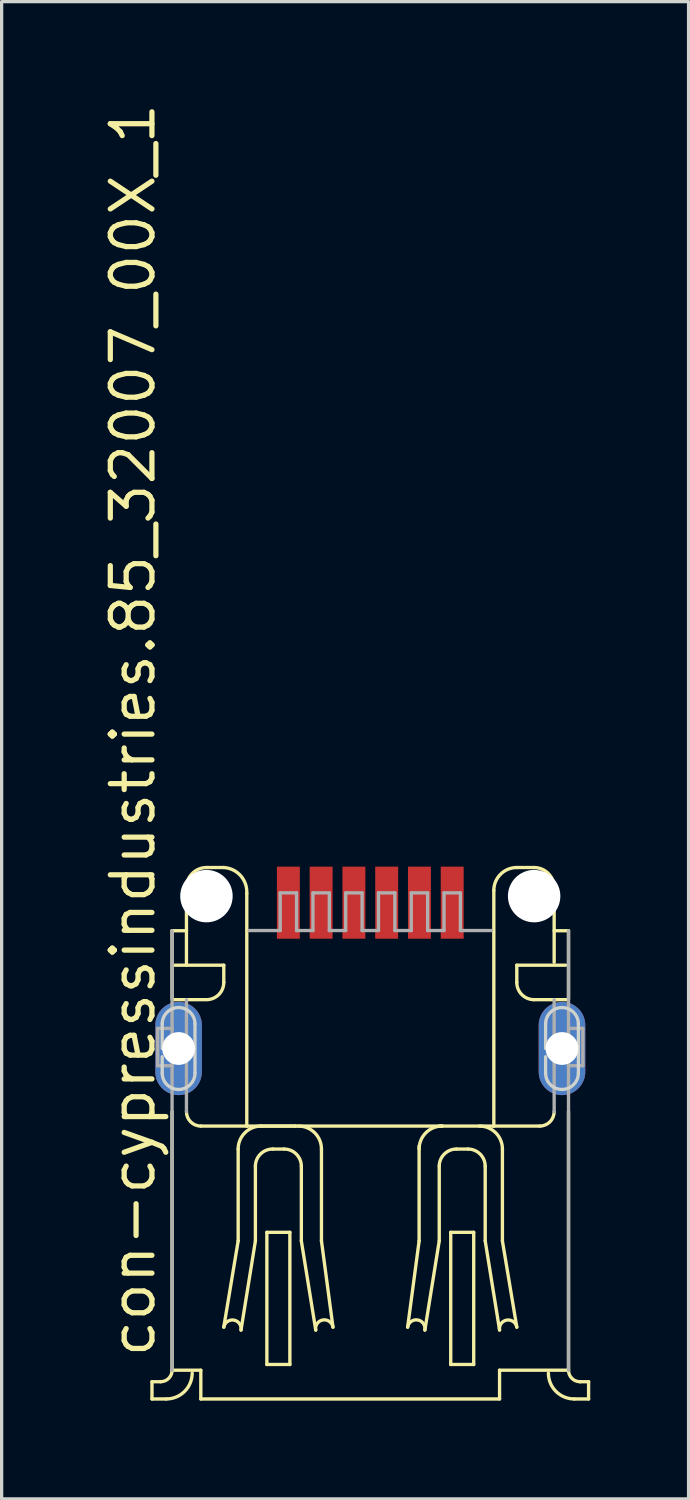
<source format=kicad_pcb>
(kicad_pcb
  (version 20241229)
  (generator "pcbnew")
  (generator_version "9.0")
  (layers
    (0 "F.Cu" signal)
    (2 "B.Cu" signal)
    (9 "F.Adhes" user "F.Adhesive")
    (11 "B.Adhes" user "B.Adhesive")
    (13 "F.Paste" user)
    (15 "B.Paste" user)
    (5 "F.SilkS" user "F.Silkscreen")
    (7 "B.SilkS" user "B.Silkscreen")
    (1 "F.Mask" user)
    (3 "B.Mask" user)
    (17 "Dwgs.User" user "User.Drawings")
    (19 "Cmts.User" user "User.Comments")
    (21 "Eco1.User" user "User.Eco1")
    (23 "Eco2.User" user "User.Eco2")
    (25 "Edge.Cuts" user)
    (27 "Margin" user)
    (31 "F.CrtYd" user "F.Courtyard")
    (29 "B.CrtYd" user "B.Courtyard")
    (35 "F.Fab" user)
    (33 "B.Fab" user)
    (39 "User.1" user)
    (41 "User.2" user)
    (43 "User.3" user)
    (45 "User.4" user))
  (footprint "con-cypressindustries.85_32007_00X_1"
    (layer "F.Cu")
    (at 8.25 28.947)
    (property "Reference" "con-cypressindustries.85_32007_00X_1" (at -6.5 9.5 90) (layer "F.SilkS") (effects (font (size 1.27 1.27) (thickness 0.16)) (justify left bottom)))
    (attr smd)
    (fp_line (start -6.662 10.169) (end -6.399 10.169) (stroke (width 0.102) (type default)) (layer "F.SilkS"))
    (fp_line (start -6.662 10.695) (end -6.662 10.169) (stroke (width 0.102) (type default)) (layer "F.SilkS"))
    (fp_line (start -6.662 10.695) (end -6.224 10.695) (stroke (width 0.102) (type default)) (layer "F.SilkS"))
    (fp_line (start -6.049 -3.594) (end -5.61 -3.594) (stroke (width 0.102) (type default)) (layer "F.SilkS"))
    (fp_line (start -6.049 -1.514) (end -6.049 -3.594) (stroke (width 0.102) (type default)) (layer "F.SilkS"))
    (fp_line (start -6.049 9.818) (end -6.049 1.926) (stroke (width 0.102) (type default)) (layer "F.SilkS"))
    (fp_line (start -6.011 -1.49) (end -5.034 -1.49) (stroke (width 0.102) (type default)) (layer "F.SilkS"))
    (fp_line (start -5.61 -3.594) (end -5.61 -4.909) (stroke (width 0.102) (type default)) (layer "F.SilkS"))
    (fp_line (start -5.61 -3.594) (end -5.61 -2.542) (stroke (width 0.102) (type default)) (layer "F.SilkS"))
    (fp_line (start -5.172 9.818) (end -6.049 9.818) (stroke (width 0.102) (type default)) (layer "F.SilkS"))
    (fp_line (start -5.172 9.818) (end -5.172 10.695) (stroke (width 0.102) (type default)) (layer "F.SilkS"))
    (fp_line (start -5.172 10.695) (end 3.945 10.695) (stroke (width 0.102) (type default)) (layer "F.SilkS"))
    (fp_line (start -4.997 -5.523) (end -4.471 -5.523) (stroke (width 0.102) (type default)) (layer "F.SilkS"))
    (fp_line (start -4.471 -2.542) (end -5.961 -2.542) (stroke (width 0.102) (type default)) (layer "F.SilkS"))
    (fp_line (start -4.471 -2.016) (end -4.471 -2.542) (stroke (width 0.102) (type default)) (layer "F.SilkS"))
    (fp_line (start -4.471 8.503) (end -4.032 5.873) (stroke (width 0.102) (type default)) (layer "F.SilkS"))
    (fp_line (start -4.032 5.873) (end -4.032 3.068) (stroke (width 0.102) (type default)) (layer "F.SilkS"))
    (fp_line (start -3.769 -4.734) (end -3.769 2.367) (stroke (width 0.102) (type default)) (layer "F.SilkS"))
    (fp_line (start -3.769 2.367) (end -5.172 2.367) (stroke (width 0.102) (type default)) (layer "F.SilkS"))
    (fp_line (start -3.769 2.367) (end -2.279 2.367) (stroke (width 0.102) (type default)) (layer "F.SilkS"))
    (fp_line (start -3.506 5.873) (end -3.945 8.591) (stroke (width 0.102) (type default)) (layer "F.SilkS"))
    (fp_line (start -3.506 5.873) (end -3.506 3.594) (stroke (width 0.102) (type default)) (layer "F.SilkS"))
    (fp_line (start -3.331 2.367) (end -2.279 2.367) (stroke (width 0.102) (type default)) (layer "F.SilkS"))
    (fp_line (start -3.156 5.61) (end -3.156 9.643) (stroke (width 0.102) (type default)) (layer "F.SilkS"))
    (fp_line (start -3.156 9.643) (end -2.454 9.643) (stroke (width 0.102) (type default)) (layer "F.SilkS"))
    (fp_line (start -2.98 3.068) (end -2.63 3.068) (stroke (width 0.102) (type default)) (layer "F.SilkS"))
    (fp_line (start -2.454 5.61) (end -3.156 5.61) (stroke (width 0.102) (type default)) (layer "F.SilkS"))
    (fp_line (start -2.454 9.643) (end -2.454 5.61) (stroke (width 0.102) (type default)) (layer "F.SilkS"))
    (fp_line (start -2.279 2.367) (end 2.192 2.367) (stroke (width 0.102) (type default)) (layer "F.SilkS"))
    (fp_line (start -2.104 5.873) (end -2.104 3.594) (stroke (width 0.102) (type default)) (layer "F.SilkS"))
    (fp_line (start -2.104 5.873) (end -1.665 8.591) (stroke (width 0.102) (type default)) (layer "F.SilkS"))
    (fp_line (start -1.49 5.873) (end -1.49 3.068) (stroke (width 0.102) (type default)) (layer "F.SilkS"))
    (fp_line (start -1.139 8.503) (end -1.49 5.873) (stroke (width 0.102) (type default)) (layer "F.SilkS"))
    (fp_line (start 1.14 8.503) (end 1.49 5.873) (stroke (width 0.102) (type default)) (layer "F.SilkS"))
    (fp_line (start 1.49 5.873) (end 1.49 2.981) (stroke (width 0.102) (type default)) (layer "F.SilkS"))
    (fp_line (start 2.104 5.873) (end 1.666 8.591) (stroke (width 0.102) (type default)) (layer "F.SilkS"))
    (fp_line (start 2.104 5.873) (end 2.104 3.594) (stroke (width 0.102) (type default)) (layer "F.SilkS"))
    (fp_line (start 2.104 2.367) (end 2.192 2.367) (stroke (width 0.102) (type default)) (layer "F.SilkS"))
    (fp_line (start 2.192 2.367) (end 3.77 2.367) (stroke (width 0.102) (type default)) (layer "F.SilkS"))
    (fp_line (start 2.455 9.643) (end 2.455 5.61) (stroke (width 0.102) (type default)) (layer "F.SilkS"))
    (fp_line (start 2.455 9.643) (end 3.156 9.643) (stroke (width 0.102) (type default)) (layer "F.SilkS"))
    (fp_line (start 2.981 3.068) (end 2.63 3.068) (stroke (width 0.102) (type default)) (layer "F.SilkS"))
    (fp_line (start 3.156 5.61) (end 3.156 9.643) (stroke (width 0.102) (type default)) (layer "F.SilkS"))
    (fp_line (start 3.156 5.61) (end 2.455 5.61) (stroke (width 0.102) (type default)) (layer "F.SilkS"))
    (fp_line (start 3.507 5.873) (end 3.507 3.594) (stroke (width 0.102) (type default)) (layer "F.SilkS"))
    (fp_line (start 3.507 5.873) (end 3.945 8.591) (stroke (width 0.102) (type default)) (layer "F.SilkS"))
    (fp_line (start 3.77 -4.822) (end 3.77 2.367) (stroke (width 0.102) (type default)) (layer "F.SilkS"))
    (fp_line (start 3.77 2.367) (end 5.172 2.367) (stroke (width 0.102) (type default)) (layer "F.SilkS"))
    (fp_line (start 3.945 9.818) (end 6.049 9.818) (stroke (width 0.102) (type default)) (layer "F.SilkS"))
    (fp_line (start 3.945 10.695) (end 3.945 9.818) (stroke (width 0.102) (type default)) (layer "F.SilkS"))
    (fp_line (start 4.032 5.873) (end 4.032 3.068) (stroke (width 0.102) (type default)) (layer "F.SilkS"))
    (fp_line (start 4.471 8.503) (end 4.032 5.873) (stroke (width 0.102) (type default)) (layer "F.SilkS"))
    (fp_line (start 4.471 -2.542) (end 5.961 -2.542) (stroke (width 0.102) (type default)) (layer "F.SilkS"))
    (fp_line (start 4.471 -2.016) (end 4.471 -2.542) (stroke (width 0.102) (type default)) (layer "F.SilkS"))
    (fp_line (start 4.997 -5.523) (end 4.471 -5.523) (stroke (width 0.102) (type default)) (layer "F.SilkS"))
    (fp_line (start 5.611 -2.63) (end 5.611 -4.909) (stroke (width 0.102) (type default)) (layer "F.SilkS"))
    (fp_line (start 6.011 -1.49) (end 4.997 -1.49) (stroke (width 0.102) (type default)) (layer "F.SilkS"))
    (fp_line (start 6.049 -3.594) (end 5.611 -3.594) (stroke (width 0.102) (type default)) (layer "F.SilkS"))
    (fp_line (start 6.049 -3.594) (end 6.049 -1.514) (stroke (width 0.102) (type default)) (layer "F.SilkS"))
    (fp_line (start 6.049 1.926) (end 6.049 9.818) (stroke (width 0.102) (type default)) (layer "F.SilkS"))
    (fp_line (start 6.224 10.695) (end 6.662 10.695) (stroke (width 0.102) (type default)) (layer "F.SilkS"))
    (fp_line (start 6.662 10.169) (end 6.399 10.169) (stroke (width 0.102) (type default)) (layer "F.SilkS"))
    (fp_line (start 6.662 10.695) (end 6.662 10.169) (stroke (width 0.102) (type default)) (layer "F.SilkS"))
    (fp_arc (start -6.0486 9.8181) (mid -6.151288 10.066012) (end -6.3992 10.1687) (stroke (width 0.1016) (type default)) (layer "F.SilkS"))
    (fp_arc (start -5.6103 -4.9091) (mid -5.430522 -5.343022) (end -4.9966 -5.5228) (stroke (width 0.1016) (type default)) (layer "F.SilkS"))
    (fp_arc (start -5.4349 9.9057) (mid -5.665993 10.463607) (end -6.2239 10.6947) (stroke (width 0.1016) (type default)) (layer "F.SilkS"))
    (fp_arc (start -5.1719 2.3668) (mid -5.481896 2.238396) (end -5.6103 1.9284) (stroke (width 0.1016) (type default)) (layer "F.SilkS"))
    (fp_arc (start -4.4707 -5.5228) (mid -3.956663 -5.273594) (end -3.7694 -4.7339) (stroke (width 0.1016) (type default)) (layer "F.SilkS"))
    (fp_arc (start -4.4707 -2.0162) (mid -4.624733 -1.644333) (end -4.9966 -1.4903) (stroke (width 0.1016) (type default)) (layer "F.SilkS"))
    (fp_arc (start -4.4706 8.5032) (mid -4.164049 8.285247) (end -3.9447 8.5908) (stroke (width 0.1016) (type default)) (layer "F.SilkS"))
    (fp_arc (start -4.0323 3.0681) (mid -3.826894 2.572206) (end -3.331 2.3668) (stroke (width 0.1016) (type default)) (layer "F.SilkS"))
    (fp_arc (start -3.5064 3.5941) (mid -3.352338 3.222162) (end -2.9804 3.0681) (stroke (width 0.1016) (type default)) (layer "F.SilkS"))
    (fp_arc (start -2.6298 3.0681) (mid -2.257862 3.222162) (end -2.1038 3.5941) (stroke (width 0.1016) (type default)) (layer "F.SilkS"))
    (fp_arc (start -2.1915 2.3669) (mid -1.695606 2.572306) (end -1.4902 3.0682) (stroke (width 0.1016) (type default)) (layer "F.SilkS"))
    (fp_arc (start -1.6655 8.5908) (mid -1.446101 8.285197) (end -1.1395 8.5032) (stroke (width 0.1016) (type default)) (layer "F.SilkS"))
    (fp_arc (start 1.1397 8.5032) (mid 1.446301 8.285197) (end 1.6657 8.5908) (stroke (width 0.1016) (type default)) (layer "F.SilkS"))
    (fp_arc (start 1.4903 3.0681) (mid 1.695706 2.572206) (end 2.1916 2.3668) (stroke (width 0.1016) (type default)) (layer "F.SilkS"))
    (fp_arc (start 2.104 3.5941) (mid 2.258033 3.222233) (end 2.6299 3.0682) (stroke (width 0.1016) (type default)) (layer "F.SilkS"))
    (fp_arc (start 2.9806 3.0681) (mid 3.352538 3.222162) (end 3.5066 3.5941) (stroke (width 0.1016) (type default)) (layer "F.SilkS"))
    (fp_arc (start 3.3312 2.3668) (mid 3.827094 2.572206) (end 4.0325 3.0681) (stroke (width 0.1016) (type default)) (layer "F.SilkS"))
    (fp_arc (start 3.7696 -4.8215) (mid 3.974947 -5.317453) (end 4.4709 -5.5228) (stroke (width 0.1016) (type default)) (layer "F.SilkS"))
    (fp_arc (start 3.9449 8.5908) (mid 4.164249 8.285247) (end 4.4708 8.5032) (stroke (width 0.1016) (type default)) (layer "F.SilkS"))
    (fp_arc (start 4.9968 -5.5228) (mid 5.430781 -5.343081) (end 5.6105 -4.9091) (stroke (width 0.1016) (type default)) (layer "F.SilkS"))
    (fp_arc (start 4.9968 -1.4903) (mid 4.624933 -1.644333) (end 4.4709 -2.0162) (stroke (width 0.1016) (type default)) (layer "F.SilkS"))
    (fp_arc (start 5.6105 1.9285) (mid 5.482125 2.238425) (end 5.1722 2.3668) (stroke (width 0.1016) (type default)) (layer "F.SilkS"))
    (fp_arc (start 6.2241 10.6947) (mid 5.666193 10.463607) (end 5.4351 9.9057) (stroke (width 0.1016) (type default)) (layer "F.SilkS"))
    (fp_arc (start 6.3994 10.1687) (mid 6.151488 10.066012) (end 6.0488 9.8181) (stroke (width 0.1016) (type default)) (layer "F.SilkS"))
    (fp_line (start -6.35 0) (end -6.35 -0.75) (stroke (width 0.1) (type default)) (layer "Edge.Cuts"))
    (fp_line (start -6.35 0.75) (end -6.35 0.25) (stroke (width 0.1) (type default)) (layer "Edge.Cuts"))
    (fp_line (start -5.35 -0.75) (end -5.35 0.75) (stroke (width 0.1) (type default)) (layer "Edge.Cuts"))
    (fp_line (start 5.35 0) (end 5.35 -0.75) (stroke (width 0.1) (type default)) (layer "Edge.Cuts"))
    (fp_line (start 5.35 0.75) (end 5.35 0.25) (stroke (width 0.1) (type default)) (layer "Edge.Cuts"))
    (fp_line (start 6.35 -0.75) (end 6.35 0.75) (stroke (width 0.1) (type default)) (layer "Edge.Cuts"))
    (fp_arc (start -6.35 -0.75) (mid -6.203553 -1.103553) (end -5.85 -1.25) (stroke (width 0.1) (type default)) (layer "Edge.Cuts"))
    (fp_arc (start -5.85 -1.25) (mid -5.496447 -1.103553) (end -5.35 -0.75) (stroke (width 0.1) (type default)) (layer "Edge.Cuts"))
    (fp_arc (start -5.85 1.25) (mid -6.203553 1.103553) (end -6.35 0.75) (stroke (width 0.1) (type default)) (layer "Edge.Cuts"))
    (fp_arc (start -5.35 0.75) (mid -5.496447 1.103553) (end -5.85 1.25) (stroke (width 0.1) (type default)) (layer "Edge.Cuts"))
    (fp_arc (start 5.35 -0.75) (mid 5.496447 -1.103553) (end 5.85 -1.25) (stroke (width 0.1) (type default)) (layer "Edge.Cuts"))
    (fp_arc (start 5.85 -1.25) (mid 6.203553 -1.103553) (end 6.35 -0.75) (stroke (width 0.1) (type default)) (layer "Edge.Cuts"))
    (fp_arc (start 5.85 1.25) (mid 5.496447 1.103553) (end 5.35 0.75) (stroke (width 0.1) (type default)) (layer "Edge.Cuts"))
    (fp_arc (start 6.35 0.75) (mid 6.203553 1.103553) (end 5.85 1.25) (stroke (width 0.1) (type default)) (layer "Edge.Cuts"))
    (fp_line (start -6.487 -0.614) (end -6.049 -0.614) (stroke (width 0.102) (type default)) (layer "F.Fab"))
    (fp_line (start -6.487 0.526) (end -6.487 -0.614) (stroke (width 0.102) (type default)) (layer "F.Fab"))
    (fp_line (start -6.487 0.526) (end -6.049 0.526) (stroke (width 0.102) (type default)) (layer "F.Fab"))
    (fp_line (start -6.049 -0.614) (end -6.049 -3.594) (stroke (width 0.102) (type default)) (layer "F.Fab"))
    (fp_line (start -6.049 0.526) (end -6.049 -0.614) (stroke (width 0.102) (type default)) (layer "F.Fab"))
    (fp_line (start -6.049 9.818) (end -6.049 0.526) (stroke (width 0.102) (type default)) (layer "F.Fab"))
    (fp_line (start -5.61 1.928) (end -5.61 -1.49) (stroke (width 0.102) (type default)) (layer "F.Fab"))
    (fp_line (start -3.7 -3.6) (end -2.75 -3.6) (stroke (width 0.102) (type default)) (layer "F.Fab"))
    (fp_line (start -2.75 -4.75) (end -2.25 -4.75) (stroke (width 0.102) (type default)) (layer "F.Fab"))
    (fp_line (start -2.75 -3.6) (end -2.75 -4.75) (stroke (width 0.102) (type default)) (layer "F.Fab"))
    (fp_line (start -2.25 -4.75) (end -2.25 -3.6) (stroke (width 0.102) (type default)) (layer "F.Fab"))
    (fp_line (start -2.25 -3.6) (end -1.75 -3.6) (stroke (width 0.102) (type default)) (layer "F.Fab"))
    (fp_line (start -1.75 -4.75) (end -1.25 -4.75) (stroke (width 0.102) (type default)) (layer "F.Fab"))
    (fp_line (start -1.75 -3.6) (end -1.75 -4.75) (stroke (width 0.102) (type default)) (layer "F.Fab"))
    (fp_line (start -1.25 -4.75) (end -1.25 -3.6) (stroke (width 0.102) (type default)) (layer "F.Fab"))
    (fp_line (start -1.25 -3.6) (end -0.75 -3.6) (stroke (width 0.102) (type default)) (layer "F.Fab"))
    (fp_line (start -0.75 -4.75) (end -0.25 -4.75) (stroke (width 0.102) (type default)) (layer "F.Fab"))
    (fp_line (start -0.75 -3.6) (end -0.75 -4.75) (stroke (width 0.102) (type default)) (layer "F.Fab"))
    (fp_line (start -0.25 -4.75) (end -0.25 -3.6) (stroke (width 0.102) (type default)) (layer "F.Fab"))
    (fp_line (start -0.25 -3.6) (end 0.25 -3.6) (stroke (width 0.102) (type default)) (layer "F.Fab"))
    (fp_line (start 0.25 -4.75) (end 0.75 -4.75) (stroke (width 0.102) (type default)) (layer "F.Fab"))
    (fp_line (start 0.25 -3.6) (end 0.25 -4.75) (stroke (width 0.102) (type default)) (layer "F.Fab"))
    (fp_line (start 0.75 -4.75) (end 0.75 -3.6) (stroke (width 0.102) (type default)) (layer "F.Fab"))
    (fp_line (start 0.75 -3.6) (end 1.25 -3.6) (stroke (width 0.102) (type default)) (layer "F.Fab"))
    (fp_line (start 1.25 -4.75) (end 1.75 -4.75) (stroke (width 0.102) (type default)) (layer "F.Fab"))
    (fp_line (start 1.25 -3.6) (end 1.25 -4.75) (stroke (width 0.102) (type default)) (layer "F.Fab"))
    (fp_line (start 1.75 -4.75) (end 1.75 -3.6) (stroke (width 0.102) (type default)) (layer "F.Fab"))
    (fp_line (start 1.75 -3.6) (end 2.25 -3.6) (stroke (width 0.102) (type default)) (layer "F.Fab"))
    (fp_line (start 2.25 -4.75) (end 2.75 -4.75) (stroke (width 0.102) (type default)) (layer "F.Fab"))
    (fp_line (start 2.25 -3.6) (end 2.25 -4.75) (stroke (width 0.102) (type default)) (layer "F.Fab"))
    (fp_line (start 2.75 -4.75) (end 2.75 -3.6) (stroke (width 0.102) (type default)) (layer "F.Fab"))
    (fp_line (start 2.75 -3.6) (end 3.7 -3.6) (stroke (width 0.102) (type default)) (layer "F.Fab"))
    (fp_line (start 5.611 1.929) (end 5.611 -1.49) (stroke (width 0.102) (type default)) (layer "F.Fab"))
    (fp_line (start 6.049 -3.594) (end 6.049 -0.614) (stroke (width 0.102) (type default)) (layer "F.Fab"))
    (fp_line (start 6.049 -0.614) (end 6.049 0.526) (stroke (width 0.102) (type default)) (layer "F.Fab"))
    (fp_line (start 6.049 0.526) (end 6.049 9.818) (stroke (width 0.102) (type default)) (layer "F.Fab"))
    (fp_line (start 6.049 0.526) (end 6.487 0.526) (stroke (width 0.102) (type default)) (layer "F.Fab"))
    (fp_line (start 6.487 -0.614) (end 6.049 -0.614) (stroke (width 0.102) (type default)) (layer "F.Fab"))
    (fp_line (start 6.487 0.526) (end 6.487 -0.614) (stroke (width 0.102) (type default)) (layer "F.Fab"))
    (pad "" np_thru_hole circle (at -5 -4.65) (size 1.6 1.6) (drill 1.6) (layers "*.Cu" "*.Mask"))
    (pad "" np_thru_hole circle (at 5 -4.65) (size 1.6 1.6) (drill 1.6) (layers "*.Cu" "*.Mask"))
    (pad "1" smd roundrect (at -2.5 -4.45) (size 0.7 2.2) (layers "F.Cu" "F.Mask" "F.Paste") (roundrect_rratio 0.01))
    (pad "2" smd roundrect (at -1.5 -4.45) (size 0.7 2.2) (layers "F.Cu" "F.Mask" "F.Paste") (roundrect_rratio 0.01))
    (pad "3" smd roundrect (at -0.5 -4.45) (size 0.7 2.2) (layers "F.Cu" "F.Mask" "F.Paste") (roundrect_rratio 0.01))
    (pad "4" smd roundrect (at 0.5 -4.45) (size 0.7 2.2) (layers "F.Cu" "F.Mask" "F.Paste") (roundrect_rratio 0.01))
    (pad "5" smd roundrect (at 1.5 -4.45) (size 0.7 2.2) (layers "F.Cu" "F.Mask" "F.Paste") (roundrect_rratio 0.01))
    (pad "6" smd roundrect (at 2.5 -4.45) (size 0.7 2.2) (layers "F.Cu" "F.Mask" "F.Paste") (roundrect_rratio 0.01))
    (pad "M1" thru_hole oval (at -5.85 0 90) (size 2.845 1.422) (drill 1) (layers "*.Cu" "*.Mask"))
    (pad "M2" thru_hole oval (at 5.85 0 90) (size 2.845 1.422) (drill 1) (layers "*.Cu" "*.Mask")))
  (gr_rect
    (start -3 -3)
    (end 17.963 42.692)
    (stroke (width 0.1) (type default))
    (fill no)
    (layer "Edge.Cuts")))
</source>
